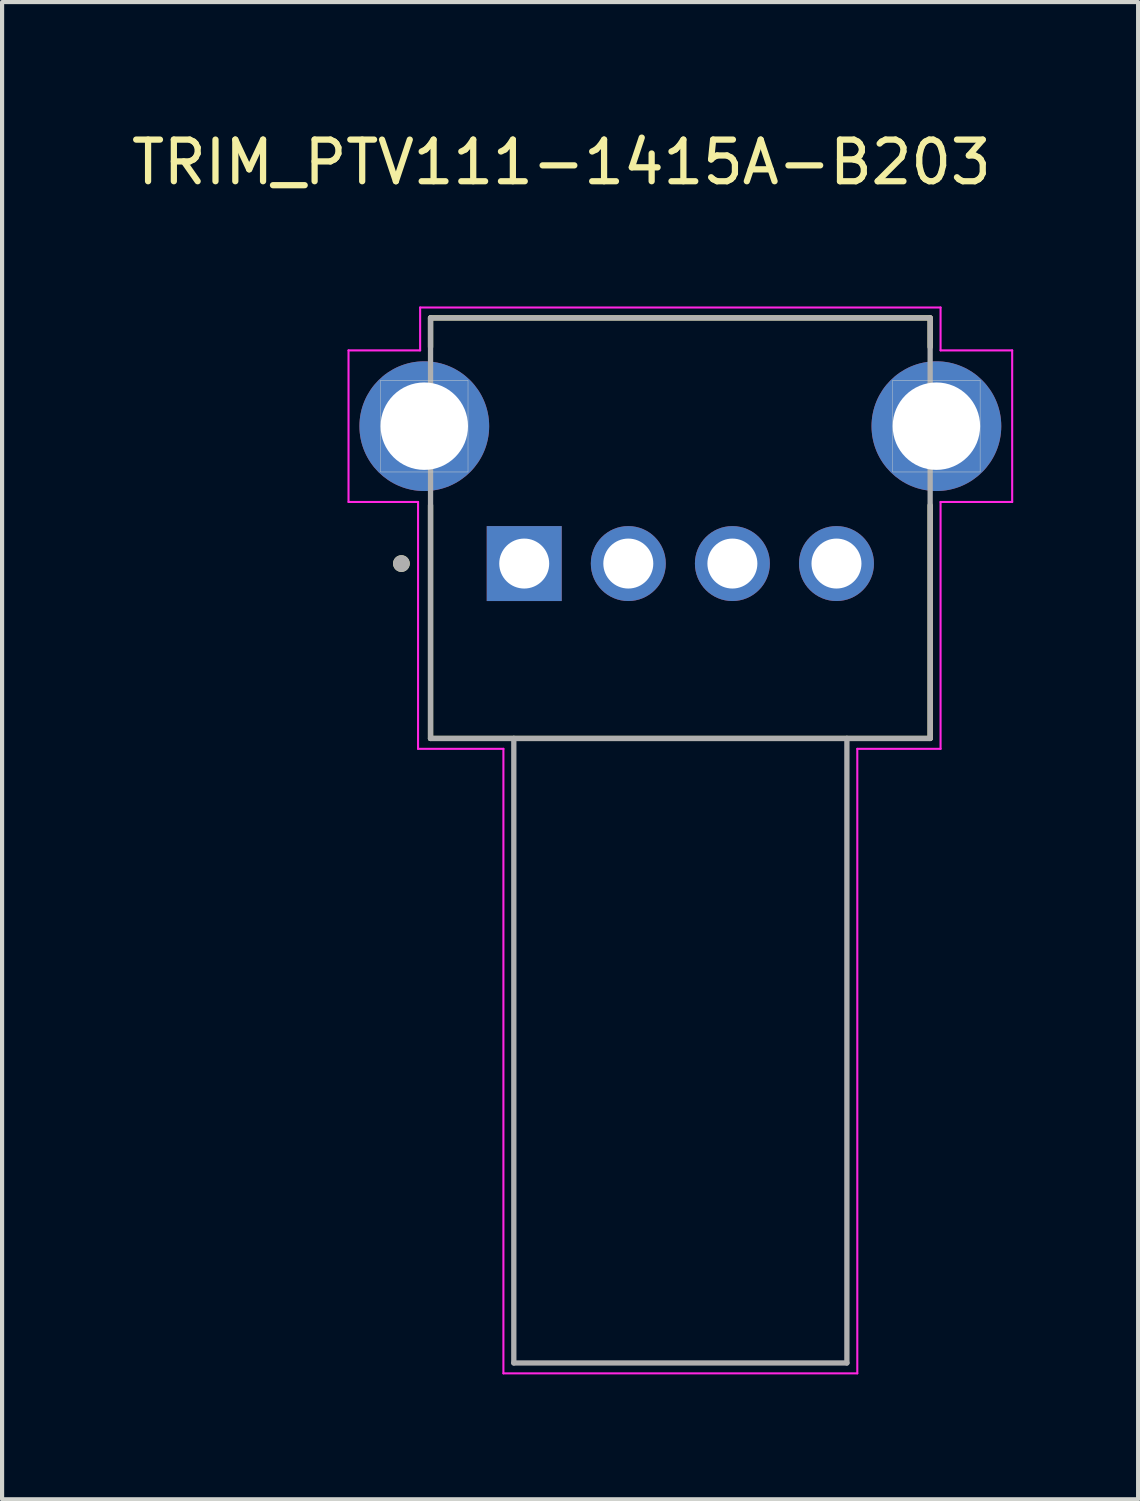
<source format=kicad_pcb>
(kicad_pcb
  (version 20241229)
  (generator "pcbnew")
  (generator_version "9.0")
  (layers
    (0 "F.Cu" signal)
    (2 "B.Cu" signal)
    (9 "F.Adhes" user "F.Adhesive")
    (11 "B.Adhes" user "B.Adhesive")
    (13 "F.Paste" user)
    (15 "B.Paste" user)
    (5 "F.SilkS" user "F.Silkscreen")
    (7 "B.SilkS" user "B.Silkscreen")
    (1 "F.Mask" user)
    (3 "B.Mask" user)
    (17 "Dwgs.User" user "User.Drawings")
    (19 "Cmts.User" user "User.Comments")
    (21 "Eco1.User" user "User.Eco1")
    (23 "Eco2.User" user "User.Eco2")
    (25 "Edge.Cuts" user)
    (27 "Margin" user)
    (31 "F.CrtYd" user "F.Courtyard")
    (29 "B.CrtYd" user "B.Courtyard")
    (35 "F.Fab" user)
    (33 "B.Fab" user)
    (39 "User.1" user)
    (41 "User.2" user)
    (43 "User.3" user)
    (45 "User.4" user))
  (footprint "TRIM_PTV111-1415A-B203"
    (layer "F.Cu")
    (at 13.291 7.186)
    (property "Reference" "TRIM_PTV111-1415A-B203" (at -2.856 -6.338 0) (layer "F.SilkS") (effects (font (size 1 1) (thickness 0.15))))
    (attr through_hole)
    (fp_line (start -6 -2.6) (end 6 -2.6) (stroke (width 0.127) (type solid)) (layer "F.SilkS"))
    (fp_line (start -6 -1.9) (end -6 -2.6) (stroke (width 0.127) (type solid)) (layer "F.SilkS"))
    (fp_line (start -6 1.9) (end -6 7.5) (stroke (width 0.127) (type solid)) (layer "F.SilkS"))
    (fp_line (start 6 -2.6) (end 6 -1.9) (stroke (width 0.127) (type solid)) (layer "F.SilkS"))
    (fp_line (start 6 7.5) (end -6 7.5) (stroke (width 0.127) (type solid)) (layer "F.SilkS"))
    (fp_line (start 6 7.5) (end 6 1.9) (stroke (width 0.127) (type solid)) (layer "F.SilkS"))
    (fp_circle (center -6.7 3.3) (end -6.6 3.3) (stroke (width 0.2) (type solid)) (fill no) (layer "F.SilkS"))
    (fp_line (start -7.2 -1.1) (end -5.1 -1.1) (stroke (width 0.01) (type solid)) (layer "Edge.Cuts"))
    (fp_line (start -7.2 1.1) (end -7.2 -1.1) (stroke (width 0.01) (type solid)) (layer "Edge.Cuts"))
    (fp_line (start -5.1 -1.1) (end -5.1 1.1) (stroke (width 0.01) (type solid)) (layer "Edge.Cuts"))
    (fp_line (start -5.1 1.1) (end -7.2 1.1) (stroke (width 0.01) (type solid)) (layer "Edge.Cuts"))
    (fp_line (start 5.1 -1.1) (end 7.2 -1.1) (stroke (width 0.01) (type solid)) (layer "Edge.Cuts"))
    (fp_line (start 5.1 1.1) (end 5.1 -1.1) (stroke (width 0.01) (type solid)) (layer "Edge.Cuts"))
    (fp_line (start 7.2 -1.1) (end 7.2 1.1) (stroke (width 0.01) (type solid)) (layer "Edge.Cuts"))
    (fp_line (start 7.2 1.1) (end 5.1 1.1) (stroke (width 0.01) (type solid)) (layer "Edge.Cuts"))
    (fp_line (start -7.97 -1.82) (end -6.25 -1.82) (stroke (width 0.05) (type solid)) (layer "F.CrtYd"))
    (fp_line (start -7.97 1.82) (end -7.97 -1.82) (stroke (width 0.05) (type solid)) (layer "F.CrtYd"))
    (fp_line (start -6.3 1.82) (end -7.97 1.82) (stroke (width 0.05) (type solid)) (layer "F.CrtYd"))
    (fp_line (start -6.3 7.75) (end -6.3 1.82) (stroke (width 0.05) (type solid)) (layer "F.CrtYd"))
    (fp_line (start -6.25 -2.85) (end 6.25 -2.85) (stroke (width 0.05) (type solid)) (layer "F.CrtYd"))
    (fp_line (start -6.25 -1.82) (end -6.25 -2.85) (stroke (width 0.05) (type solid)) (layer "F.CrtYd"))
    (fp_line (start -4.25 7.75) (end -6.3 7.75) (stroke (width 0.05) (type solid)) (layer "F.CrtYd"))
    (fp_line (start -4.25 22.75) (end -4.25 7.75) (stroke (width 0.05) (type solid)) (layer "F.CrtYd"))
    (fp_line (start 4.25 7.75) (end 4.25 22.75) (stroke (width 0.05) (type solid)) (layer "F.CrtYd"))
    (fp_line (start 4.25 22.75) (end -4.25 22.75) (stroke (width 0.05) (type solid)) (layer "F.CrtYd"))
    (fp_line (start 6.25 -2.85) (end 6.25 -1.82) (stroke (width 0.05) (type solid)) (layer "F.CrtYd"))
    (fp_line (start 6.25 -1.82) (end 7.97 -1.82) (stroke (width 0.05) (type solid)) (layer "F.CrtYd"))
    (fp_line (start 6.25 1.82) (end 6.25 7.75) (stroke (width 0.05) (type solid)) (layer "F.CrtYd"))
    (fp_line (start 6.25 7.75) (end 4.25 7.75) (stroke (width 0.05) (type solid)) (layer "F.CrtYd"))
    (fp_line (start 7.97 -1.82) (end 7.97 1.82) (stroke (width 0.05) (type solid)) (layer "F.CrtYd"))
    (fp_line (start 7.97 1.82) (end 6.25 1.82) (stroke (width 0.05) (type solid)) (layer "F.CrtYd"))
    (fp_line (start -6 -2.6) (end 6 -2.6) (stroke (width 0.127) (type solid)) (layer "F.Fab"))
    (fp_line (start -6 7.5) (end -6 -2.6) (stroke (width 0.127) (type solid)) (layer "F.Fab"))
    (fp_line (start -4 7.5) (end -6 7.5) (stroke (width 0.127) (type solid)) (layer "F.Fab"))
    (fp_line (start -4 7.5) (end -4 22.5) (stroke (width 0.127) (type solid)) (layer "F.Fab"))
    (fp_line (start -4 22.5) (end 4 22.5) (stroke (width 0.127) (type solid)) (layer "F.Fab"))
    (fp_line (start 4 7.5) (end -4 7.5) (stroke (width 0.127) (type solid)) (layer "F.Fab"))
    (fp_line (start 4 22.5) (end 4 7.5) (stroke (width 0.127) (type solid)) (layer "F.Fab"))
    (fp_line (start 6 -2.6) (end 6 7.5) (stroke (width 0.127) (type solid)) (layer "F.Fab"))
    (fp_line (start 6 7.5) (end 4 7.5) (stroke (width 0.127) (type solid)) (layer "F.Fab"))
    (fp_circle (center -6.7 3.3) (end -6.6 3.3) (stroke (width 0.2) (type solid)) (fill no) (layer "F.Fab"))
    (pad "1" thru_hole rect (at -3.75 3.3) (size 1.8 1.8) (drill 1.2) (layers "*.Cu" "*.Mask"))
    (pad "2" thru_hole circle (at -1.25 3.3) (size 1.8 1.8) (drill 1.2) (layers "*.Cu" "*.Mask"))
    (pad "3" thru_hole circle (at 1.25 3.3) (size 1.8 1.8) (drill 1.2) (layers "*.Cu" "*.Mask"))
    (pad "4" thru_hole circle (at 3.75 3.3) (size 1.8 1.8) (drill 1.2) (layers "*.Cu" "*.Mask"))
    (pad "S1" thru_hole circle (at -6.15 0) (size 3.116 3.116) (drill 2.1) (layers "*.Cu" "*.Mask"))
    (pad "S2" thru_hole circle (at 6.15 0) (size 3.116 3.116) (drill 2.1) (layers "*.Cu" "*.Mask")))
  (gr_rect
    (start -3 -3)
    (end 24.286 32.961)
    (stroke (width 0.1) (type default))
    (fill no)
    (layer "Edge.Cuts")))
</source>
